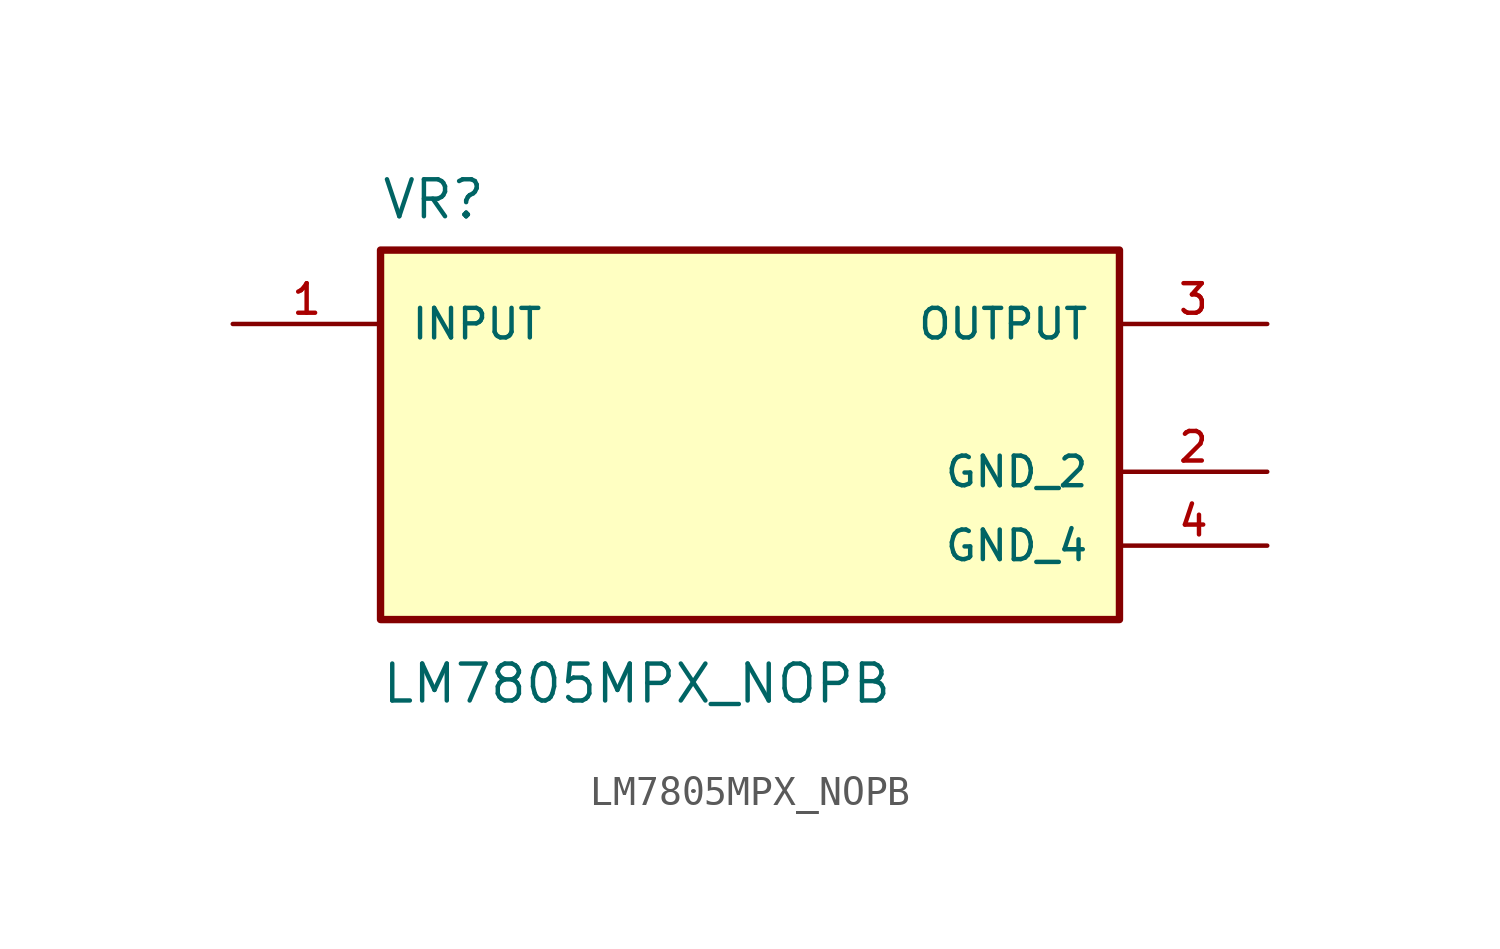
<source format=kicad_sym>
(kicad_symbol_lib
  (version 20211014)
  (generator kicad_symbol_editor)
  (symbol "LM7805MPX_NOPB"
    (pin_names
      (offset 1.016))
    (property "Reference" "VR"
      (at -12.7 6.08 0.0)
      (effects (font (size 1.27 1.27)) (justify bottom left)))
    (property "Value" "LM7805MPX_NOPB"
      (at -12.7 -9.08 0.0)
      (effects (font (size 1.27 1.27)) (justify top left)))
    (symbol "LM7805MPX_NOPB_0_0"
      (rectangle (start -12.7 -7.62) (end 12.7 5.08) (stroke (width 0.254)) (fill (type background)))
      (pin input line (at -17.78 2.54 0) (length 5.08) (name "INPUT" (effects (font (size 1.016 1.016)))) (number "1" (effects (font (size 1.016 1.016)))))
      (pin output line (at 17.78 2.54 180.0) (length 5.08) (name "OUTPUT" (effects (font (size 1.016 1.016)))) (number "3" (effects (font (size 1.016 1.016)))))
      (pin power_in line (at 17.78 -2.54 180.0) (length 5.08) (name "GND_2" (effects (font (size 1.016 1.016)))) (number "2" (effects (font (size 1.016 1.016)))))
      (pin power_in line (at 17.78 -5.08 180.0) (length 5.08) (name "GND_4" (effects (font (size 1.016 1.016)))) (number "4" (effects (font (size 1.016 1.016))))))))
</source>
